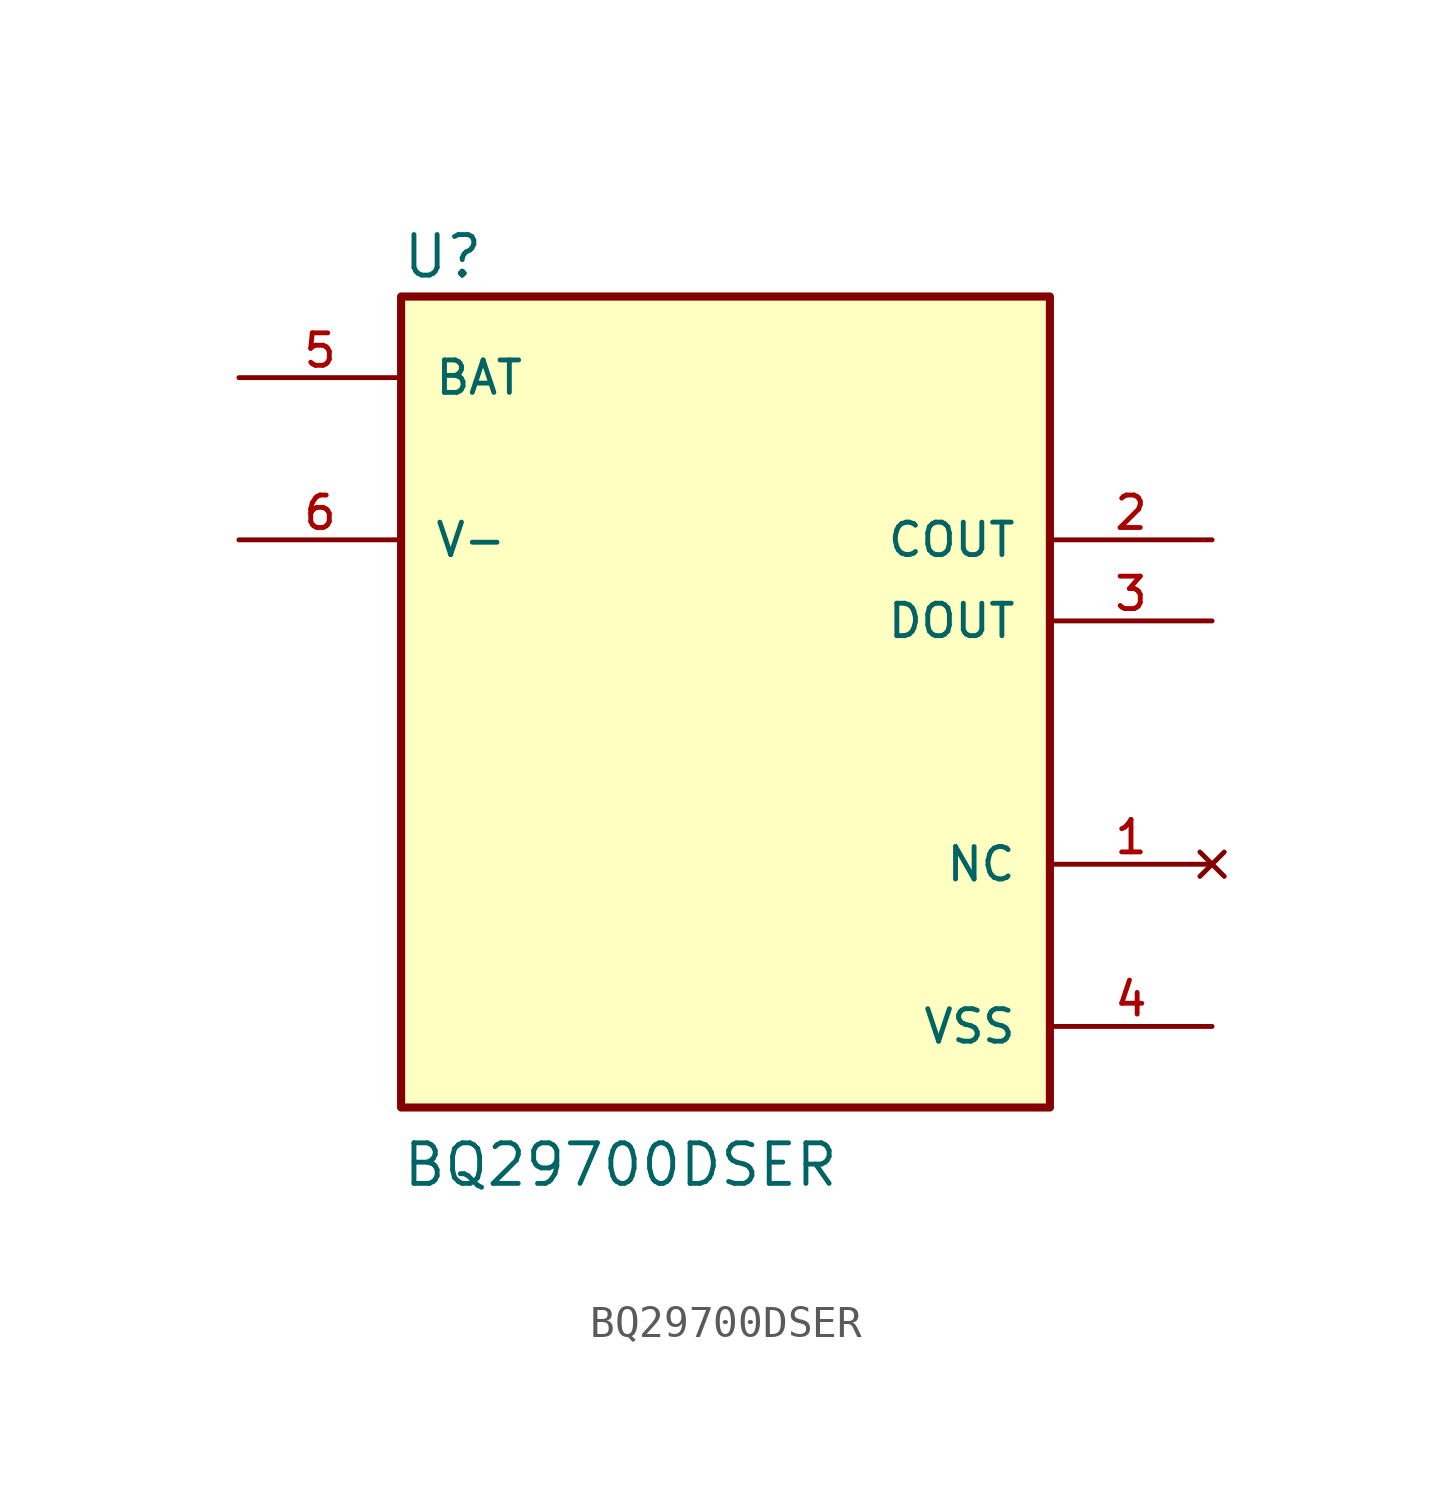
<source format=kicad_sym>
(kicad_symbol_lib
  (version 20211014)
  (generator kicad_symbol_editor)
  (symbol "BQ29700DSER"
    (pin_names
      (offset 1.016))
    (property "Reference" "U"
      (at -10.16 13.208 0)
      (effects (font (size 1.27 1.27)) (justify bottom left)))
    (property "Value" "BQ29700DSER"
      (at -10.16 -15.24 0)
      (effects (font (size 1.27 1.27)) (justify bottom left)))
    (symbol "BQ29700DSER_0_0"
      (rectangle (start -10.16 -12.7) (end 10.16 12.7) (stroke (width 0.254)) (fill (type background)))
      (pin power_in line (at -15.24 10.16 0) (length 5.08) (name "BAT" (effects (font (size 1.016 1.016)))) (number "5" (effects (font (size 1.016 1.016)))))
      (pin output line (at 15.24 5.08 180.0) (length 5.08) (name "COUT" (effects (font (size 1.016 1.016)))) (number "2" (effects (font (size 1.016 1.016)))))
      (pin output line (at 15.24 2.54 180.0) (length 5.08) (name "DOUT" (effects (font (size 1.016 1.016)))) (number "3" (effects (font (size 1.016 1.016)))))
      (pin power_in line (at 15.24 -10.16 180.0) (length 5.08) (name "VSS" (effects (font (size 1.016 1.016)))) (number "4" (effects (font (size 1.016 1.016)))))
      (pin bidirectional line (at -15.24 5.08 0) (length 5.08) (name "V-" (effects (font (size 1.016 1.016)))) (number "6" (effects (font (size 1.016 1.016)))))
      (pin no_connect line (at 15.24 -5.08 180.0) (length 5.08) (name "NC" (effects (font (size 1.016 1.016)))) (number "1" (effects (font (size 1.016 1.016))))))))
</source>
